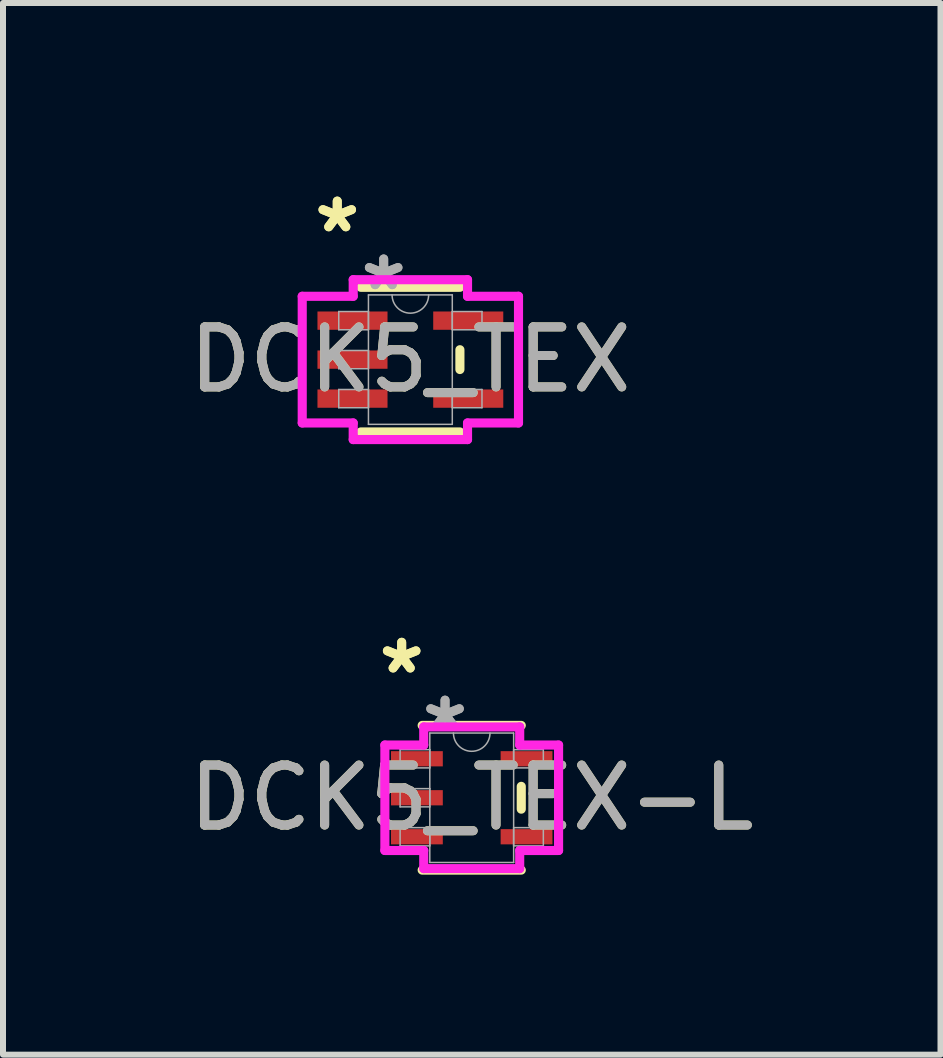
<source format=kicad_pcb>
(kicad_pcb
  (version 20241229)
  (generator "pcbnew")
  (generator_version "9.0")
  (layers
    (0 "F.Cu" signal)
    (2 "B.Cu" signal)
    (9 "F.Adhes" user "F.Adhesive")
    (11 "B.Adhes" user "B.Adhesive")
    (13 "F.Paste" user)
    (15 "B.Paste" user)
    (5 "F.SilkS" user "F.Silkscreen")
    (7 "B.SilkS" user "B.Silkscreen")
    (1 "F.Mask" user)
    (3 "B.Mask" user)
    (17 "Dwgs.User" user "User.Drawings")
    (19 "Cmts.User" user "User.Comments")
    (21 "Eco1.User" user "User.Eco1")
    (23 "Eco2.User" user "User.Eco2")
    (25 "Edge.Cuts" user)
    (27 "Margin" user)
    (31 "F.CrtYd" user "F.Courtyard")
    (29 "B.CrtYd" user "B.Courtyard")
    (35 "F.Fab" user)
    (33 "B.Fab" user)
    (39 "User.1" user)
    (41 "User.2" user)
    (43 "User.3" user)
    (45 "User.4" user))
  (footprint "DCK5_TEX-L"
    (layer "F.Cu")
    (at 4.815 10.251)
    (property "Reference" "DCK5_TEX-L" (at 0 0 0) (unlocked yes) (layer "F.SilkS") (effects (font (size 1 1) (thickness 0.15))))
    (attr smd)
    (fp_line (start -0.826 1.206) (end 0.826 1.206) (stroke (width 0.152) (type solid)) (layer "F.SilkS"))
    (fp_line (start 0.826 -1.206) (end -0.826 -1.206) (stroke (width 0.152) (type solid)) (layer "F.SilkS"))
    (fp_line (start 0.826 0.19) (end 0.826 -0.19) (stroke (width 0.152) (type solid)) (layer "F.SilkS"))
    (fp_line (start -1.448 -0.879) (end -0.8 -0.879) (stroke (width 0.152) (type solid)) (layer "F.CrtYd"))
    (fp_line (start -1.448 0.879) (end -1.448 -0.879) (stroke (width 0.152) (type solid)) (layer "F.CrtYd"))
    (fp_line (start -0.8 -1.181) (end 0.8 -1.181) (stroke (width 0.152) (type solid)) (layer "F.CrtYd"))
    (fp_line (start -0.8 -0.879) (end -0.8 -1.181) (stroke (width 0.152) (type solid)) (layer "F.CrtYd"))
    (fp_line (start -0.8 0.879) (end -1.448 0.879) (stroke (width 0.152) (type solid)) (layer "F.CrtYd"))
    (fp_line (start -0.8 1.181) (end -0.8 0.879) (stroke (width 0.152) (type solid)) (layer "F.CrtYd"))
    (fp_line (start 0.8 -1.181) (end 0.8 -0.879) (stroke (width 0.152) (type solid)) (layer "F.CrtYd"))
    (fp_line (start 0.8 -0.879) (end 1.448 -0.879) (stroke (width 0.152) (type solid)) (layer "F.CrtYd"))
    (fp_line (start 0.8 0.879) (end 0.8 1.181) (stroke (width 0.152) (type solid)) (layer "F.CrtYd"))
    (fp_line (start 0.8 1.181) (end -0.8 1.181) (stroke (width 0.152) (type solid)) (layer "F.CrtYd"))
    (fp_line (start 1.448 -0.879) (end 1.448 0.879) (stroke (width 0.152) (type solid)) (layer "F.CrtYd"))
    (fp_line (start 1.448 0.879) (end 0.8 0.879) (stroke (width 0.152) (type solid)) (layer "F.CrtYd"))
    (fp_line (start -1.194 -0.802) (end -1.194 -0.498) (stroke (width 0.025) (type solid)) (layer "F.Fab"))
    (fp_line (start -1.194 -0.498) (end -0.699 -0.498) (stroke (width 0.025) (type solid)) (layer "F.Fab"))
    (fp_line (start -1.194 -0.152) (end -1.194 0.152) (stroke (width 0.025) (type solid)) (layer "F.Fab"))
    (fp_line (start -1.194 0.152) (end -0.699 0.152) (stroke (width 0.025) (type solid)) (layer "F.Fab"))
    (fp_line (start -1.194 0.498) (end -1.194 0.802) (stroke (width 0.025) (type solid)) (layer "F.Fab"))
    (fp_line (start -1.194 0.802) (end -0.699 0.802) (stroke (width 0.025) (type solid)) (layer "F.Fab"))
    (fp_line (start -0.699 -1.079) (end -0.699 1.079) (stroke (width 0.025) (type solid)) (layer "F.Fab"))
    (fp_line (start -0.699 -0.802) (end -1.194 -0.802) (stroke (width 0.025) (type solid)) (layer "F.Fab"))
    (fp_line (start -0.699 -0.498) (end -0.699 -0.802) (stroke (width 0.025) (type solid)) (layer "F.Fab"))
    (fp_line (start -0.699 -0.152) (end -1.194 -0.152) (stroke (width 0.025) (type solid)) (layer "F.Fab"))
    (fp_line (start -0.699 0.152) (end -0.699 -0.152) (stroke (width 0.025) (type solid)) (layer "F.Fab"))
    (fp_line (start -0.699 0.498) (end -1.194 0.498) (stroke (width 0.025) (type solid)) (layer "F.Fab"))
    (fp_line (start -0.699 0.802) (end -0.699 0.498) (stroke (width 0.025) (type solid)) (layer "F.Fab"))
    (fp_line (start -0.699 1.079) (end 0.699 1.079) (stroke (width 0.025) (type solid)) (layer "F.Fab"))
    (fp_line (start 0.699 -1.079) (end -0.699 -1.079) (stroke (width 0.025) (type solid)) (layer "F.Fab"))
    (fp_line (start 0.699 -0.802) (end 0.699 -0.498) (stroke (width 0.025) (type solid)) (layer "F.Fab"))
    (fp_line (start 0.699 -0.498) (end 1.194 -0.498) (stroke (width 0.025) (type solid)) (layer "F.Fab"))
    (fp_line (start 0.699 0.498) (end 0.699 0.802) (stroke (width 0.025) (type solid)) (layer "F.Fab"))
    (fp_line (start 0.699 0.802) (end 1.194 0.802) (stroke (width 0.025) (type solid)) (layer "F.Fab"))
    (fp_line (start 0.699 1.079) (end 0.699 -1.079) (stroke (width 0.025) (type solid)) (layer "F.Fab"))
    (fp_line (start 1.194 -0.802) (end 0.699 -0.802) (stroke (width 0.025) (type solid)) (layer "F.Fab"))
    (fp_line (start 1.194 -0.498) (end 1.194 -0.802) (stroke (width 0.025) (type solid)) (layer "F.Fab"))
    (fp_line (start 1.194 0.498) (end 0.699 0.498) (stroke (width 0.025) (type solid)) (layer "F.Fab"))
    (fp_line (start 1.194 0.802) (end 1.194 0.498) (stroke (width 0.025) (type solid)) (layer "F.Fab"))
    (fp_arc (start 0.3048 -1.0795) (mid 0 -0.7747) (end -0.3048 -1.0795) (stroke (width 0.0254) (type solid)) (layer "F.Fab"))
    (fp_text user "*" (at -1.168 -2.047 0) (layer "F.SilkS") (effects (font (size 1 1) (thickness 0.15))))
    (fp_text user "*" (at -1.168 -2.047 0) (unlocked yes) (layer "F.SilkS") (effects (font (size 1 1) (thickness 0.15))))
    (fp_text user "*" (at -0.445 -1.082 0) (unlocked yes) (layer "F.Fab") (effects (font (size 1 1) (thickness 0.15))))
    (fp_text user "${REFERENCE}" (at 0 0 0) (unlocked yes) (layer "F.Fab") (effects (font (size 1 1) (thickness 0.15))))
    (fp_text user "*" (at -0.445 -1.082 0) (layer "F.Fab") (effects (font (size 1 1) (thickness 0.15))))
    (pad "1" smd rect (at -0.914 -0.65) (size 0.864 0.254) (layers "F.Cu" "F.Mask" "F.Paste"))
    (pad "2" smd rect (at -0.914 0) (size 0.864 0.254) (layers "F.Cu" "F.Mask" "F.Paste"))
    (pad "3" smd rect (at -0.914 0.65) (size 0.864 0.254) (layers "F.Cu" "F.Mask" "F.Paste"))
    (pad "4" smd rect (at 0.914 0.65) (size 0.864 0.254) (layers "F.Cu" "F.Mask" "F.Paste"))
    (pad "5" smd rect (at 0.914 -0.65) (size 0.864 0.254) (layers "F.Cu" "F.Mask" "F.Paste")))
  (footprint "DCK5_TEX"
    (layer "F.Cu")
    (at 3.792 2.946)
    (property "Reference" "DCK5_TEX" (at 0 0 0) (unlocked yes) (layer "F.SilkS") (effects (font (size 1 1) (thickness 0.15))))
    (attr smd)
    (fp_line (start -0.826 1.206) (end 0.826 1.206) (stroke (width 0.152) (type solid)) (layer "F.SilkS"))
    (fp_line (start 0.826 -1.206) (end -0.826 -1.206) (stroke (width 0.152) (type solid)) (layer "F.SilkS"))
    (fp_line (start 0.826 0.165) (end 0.826 -0.165) (stroke (width 0.152) (type solid)) (layer "F.SilkS"))
    (fp_line (start -1.803 -1.056) (end -0.953 -1.056) (stroke (width 0.152) (type solid)) (layer "F.CrtYd"))
    (fp_line (start -1.803 1.056) (end -1.803 -1.056) (stroke (width 0.152) (type solid)) (layer "F.CrtYd"))
    (fp_line (start -0.953 -1.333) (end 0.953 -1.333) (stroke (width 0.152) (type solid)) (layer "F.CrtYd"))
    (fp_line (start -0.953 -1.056) (end -0.953 -1.333) (stroke (width 0.152) (type solid)) (layer "F.CrtYd"))
    (fp_line (start -0.953 1.056) (end -1.803 1.056) (stroke (width 0.152) (type solid)) (layer "F.CrtYd"))
    (fp_line (start -0.953 1.333) (end -0.953 1.056) (stroke (width 0.152) (type solid)) (layer "F.CrtYd"))
    (fp_line (start 0.953 -1.333) (end 0.953 -1.056) (stroke (width 0.152) (type solid)) (layer "F.CrtYd"))
    (fp_line (start 0.953 -1.056) (end 1.803 -1.056) (stroke (width 0.152) (type solid)) (layer "F.CrtYd"))
    (fp_line (start 0.953 1.056) (end 0.953 1.333) (stroke (width 0.152) (type solid)) (layer "F.CrtYd"))
    (fp_line (start 0.953 1.333) (end -0.953 1.333) (stroke (width 0.152) (type solid)) (layer "F.CrtYd"))
    (fp_line (start 1.803 -1.056) (end 1.803 1.056) (stroke (width 0.152) (type solid)) (layer "F.CrtYd"))
    (fp_line (start 1.803 1.056) (end 0.953 1.056) (stroke (width 0.152) (type solid)) (layer "F.CrtYd"))
    (fp_line (start -1.194 -0.802) (end -1.194 -0.498) (stroke (width 0.025) (type solid)) (layer "F.Fab"))
    (fp_line (start -1.194 -0.498) (end -0.699 -0.498) (stroke (width 0.025) (type solid)) (layer "F.Fab"))
    (fp_line (start -1.194 -0.152) (end -1.194 0.152) (stroke (width 0.025) (type solid)) (layer "F.Fab"))
    (fp_line (start -1.194 0.152) (end -0.699 0.152) (stroke (width 0.025) (type solid)) (layer "F.Fab"))
    (fp_line (start -1.194 0.498) (end -1.194 0.802) (stroke (width 0.025) (type solid)) (layer "F.Fab"))
    (fp_line (start -1.194 0.802) (end -0.699 0.802) (stroke (width 0.025) (type solid)) (layer "F.Fab"))
    (fp_line (start -0.699 -1.079) (end -0.699 1.079) (stroke (width 0.025) (type solid)) (layer "F.Fab"))
    (fp_line (start -0.699 -0.802) (end -1.194 -0.802) (stroke (width 0.025) (type solid)) (layer "F.Fab"))
    (fp_line (start -0.699 -0.498) (end -0.699 -0.802) (stroke (width 0.025) (type solid)) (layer "F.Fab"))
    (fp_line (start -0.699 -0.152) (end -1.194 -0.152) (stroke (width 0.025) (type solid)) (layer "F.Fab"))
    (fp_line (start -0.699 0.152) (end -0.699 -0.152) (stroke (width 0.025) (type solid)) (layer "F.Fab"))
    (fp_line (start -0.699 0.498) (end -1.194 0.498) (stroke (width 0.025) (type solid)) (layer "F.Fab"))
    (fp_line (start -0.699 0.802) (end -0.699 0.498) (stroke (width 0.025) (type solid)) (layer "F.Fab"))
    (fp_line (start -0.699 1.079) (end 0.699 1.079) (stroke (width 0.025) (type solid)) (layer "F.Fab"))
    (fp_line (start 0.699 -1.079) (end -0.699 -1.079) (stroke (width 0.025) (type solid)) (layer "F.Fab"))
    (fp_line (start 0.699 -0.802) (end 0.699 -0.498) (stroke (width 0.025) (type solid)) (layer "F.Fab"))
    (fp_line (start 0.699 -0.498) (end 1.194 -0.498) (stroke (width 0.025) (type solid)) (layer "F.Fab"))
    (fp_line (start 0.699 0.498) (end 0.699 0.802) (stroke (width 0.025) (type solid)) (layer "F.Fab"))
    (fp_line (start 0.699 0.802) (end 1.194 0.802) (stroke (width 0.025) (type solid)) (layer "F.Fab"))
    (fp_line (start 0.699 1.079) (end 0.699 -1.079) (stroke (width 0.025) (type solid)) (layer "F.Fab"))
    (fp_line (start 1.194 -0.802) (end 0.699 -0.802) (stroke (width 0.025) (type solid)) (layer "F.Fab"))
    (fp_line (start 1.194 -0.498) (end 1.194 -0.802) (stroke (width 0.025) (type solid)) (layer "F.Fab"))
    (fp_line (start 1.194 0.498) (end 0.699 0.498) (stroke (width 0.025) (type solid)) (layer "F.Fab"))
    (fp_line (start 1.194 0.802) (end 1.194 0.498) (stroke (width 0.025) (type solid)) (layer "F.Fab"))
    (fp_arc (start 0.3048 -1.0795) (mid 0 -0.7747) (end -0.3048 -1.0795) (stroke (width 0.0254) (type solid)) (layer "F.Fab"))
    (fp_text user "*" (at -1.219 -2.098 0) (layer "F.SilkS") (effects (font (size 1 1) (thickness 0.15))))
    (fp_text user "*" (at -1.219 -2.098 0) (unlocked yes) (layer "F.SilkS") (effects (font (size 1 1) (thickness 0.15))))
    (fp_text user "${REFERENCE}" (at 0 0 0) (unlocked yes) (layer "F.Fab") (effects (font (size 1 1) (thickness 0.15))))
    (fp_text user "*" (at -0.445 -1.133 0) (layer "F.Fab") (effects (font (size 1 1) (thickness 0.15))))
    (fp_text user "*" (at -0.445 -1.133 0) (unlocked yes) (layer "F.Fab") (effects (font (size 1 1) (thickness 0.15))))
    (pad "1" smd rect (at -0.965 -0.65) (size 1.168 0.305) (layers "F.Cu" "F.Mask" "F.Paste"))
    (pad "2" smd rect (at -0.965 0) (size 1.168 0.305) (layers "F.Cu" "F.Mask" "F.Paste"))
    (pad "3" smd rect (at -0.965 0.65) (size 1.168 0.305) (layers "F.Cu" "F.Mask" "F.Paste"))
    (pad "4" smd rect (at 0.965 0.65) (size 1.168 0.305) (layers "F.Cu" "F.Mask" "F.Paste"))
    (pad "5" smd rect (at 0.965 -0.65) (size 1.168 0.305) (layers "F.Cu" "F.Mask" "F.Paste")))
  (gr_rect
    (start -3 -3)
    (end 12.631 14.534)
    (stroke (width 0.1) (type default))
    (fill no)
    (layer "Edge.Cuts")))
</source>
